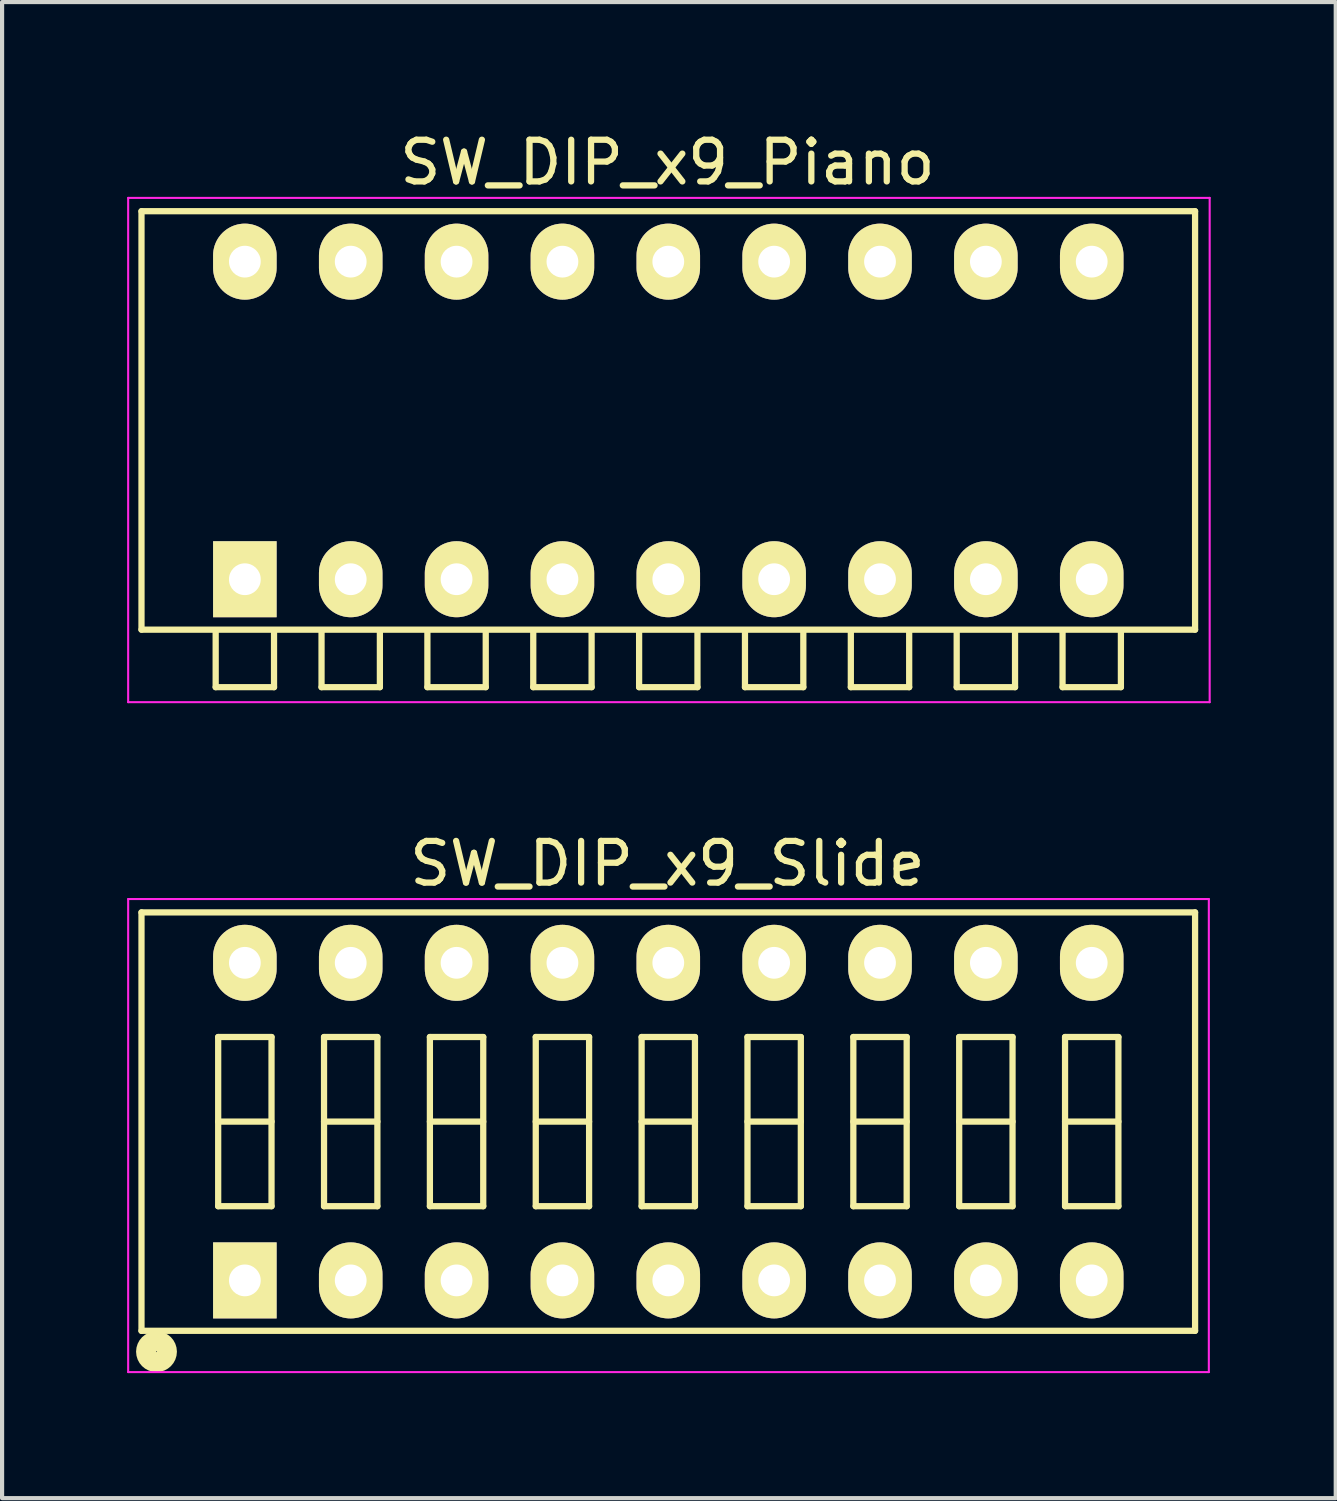
<source format=kicad_pcb>
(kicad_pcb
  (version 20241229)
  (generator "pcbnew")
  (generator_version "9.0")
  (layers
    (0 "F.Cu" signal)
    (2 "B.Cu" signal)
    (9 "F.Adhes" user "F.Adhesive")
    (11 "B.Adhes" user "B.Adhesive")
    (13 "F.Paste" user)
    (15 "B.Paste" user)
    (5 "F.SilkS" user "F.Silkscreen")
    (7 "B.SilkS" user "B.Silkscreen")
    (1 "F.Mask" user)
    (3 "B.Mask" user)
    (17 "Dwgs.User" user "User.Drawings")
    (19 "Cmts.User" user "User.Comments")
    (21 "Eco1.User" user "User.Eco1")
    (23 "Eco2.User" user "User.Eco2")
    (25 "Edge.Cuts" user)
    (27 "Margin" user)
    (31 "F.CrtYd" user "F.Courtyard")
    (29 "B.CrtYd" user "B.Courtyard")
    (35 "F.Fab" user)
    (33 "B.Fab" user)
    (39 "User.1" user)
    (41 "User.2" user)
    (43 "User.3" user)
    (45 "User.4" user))
  (footprint "SW_DIP_x9_Piano"
    (layer "F.Cu")
    (at 2.825 10.848)
    (property "Reference" "SW_DIP_x9_Piano" (at 10.14 -10 0) (layer "F.SilkS") (effects (font (size 1 1) (thickness 0.15))))
    (attr through_hole)
    (fp_line (start -2.48 -8.83) (end 22.8 -8.83) (stroke (width 0.15) (type solid)) (layer "F.SilkS"))
    (fp_line (start -2.48 1.21) (end -2.48 -8.83) (stroke (width 0.15) (type solid)) (layer "F.SilkS"))
    (fp_line (start -0.7 1.22) (end -0.7 2.59) (stroke (width 0.15) (type solid)) (layer "F.SilkS"))
    (fp_line (start -0.7 2.59) (end 0.7 2.59) (stroke (width 0.15) (type solid)) (layer "F.SilkS"))
    (fp_line (start 0.7 2.59) (end 0.7 1.22) (stroke (width 0.15) (type solid)) (layer "F.SilkS"))
    (fp_line (start 1.84 1.22) (end 1.84 2.59) (stroke (width 0.15) (type solid)) (layer "F.SilkS"))
    (fp_line (start 1.84 2.59) (end 3.24 2.59) (stroke (width 0.15) (type solid)) (layer "F.SilkS"))
    (fp_line (start 3.24 2.59) (end 3.24 1.22) (stroke (width 0.15) (type solid)) (layer "F.SilkS"))
    (fp_line (start 4.38 1.22) (end 4.38 2.59) (stroke (width 0.15) (type solid)) (layer "F.SilkS"))
    (fp_line (start 4.38 2.59) (end 5.78 2.59) (stroke (width 0.15) (type solid)) (layer "F.SilkS"))
    (fp_line (start 5.78 2.59) (end 5.78 1.22) (stroke (width 0.15) (type solid)) (layer "F.SilkS"))
    (fp_line (start 6.92 1.22) (end 6.92 2.59) (stroke (width 0.15) (type solid)) (layer "F.SilkS"))
    (fp_line (start 6.92 2.59) (end 8.32 2.59) (stroke (width 0.15) (type solid)) (layer "F.SilkS"))
    (fp_line (start 8.32 2.59) (end 8.32 1.22) (stroke (width 0.15) (type solid)) (layer "F.SilkS"))
    (fp_line (start 9.46 1.22) (end 9.46 2.59) (stroke (width 0.15) (type solid)) (layer "F.SilkS"))
    (fp_line (start 9.46 2.59) (end 10.86 2.59) (stroke (width 0.15) (type solid)) (layer "F.SilkS"))
    (fp_line (start 10.86 2.59) (end 10.86 1.22) (stroke (width 0.15) (type solid)) (layer "F.SilkS"))
    (fp_line (start 12 1.22) (end 12 2.59) (stroke (width 0.15) (type solid)) (layer "F.SilkS"))
    (fp_line (start 12 2.59) (end 13.4 2.59) (stroke (width 0.15) (type solid)) (layer "F.SilkS"))
    (fp_line (start 13.4 2.59) (end 13.4 1.22) (stroke (width 0.15) (type solid)) (layer "F.SilkS"))
    (fp_line (start 14.54 1.22) (end 14.54 2.59) (stroke (width 0.15) (type solid)) (layer "F.SilkS"))
    (fp_line (start 14.54 2.59) (end 15.94 2.59) (stroke (width 0.15) (type solid)) (layer "F.SilkS"))
    (fp_line (start 15.94 2.59) (end 15.94 1.22) (stroke (width 0.15) (type solid)) (layer "F.SilkS"))
    (fp_line (start 17.08 1.22) (end 17.08 2.59) (stroke (width 0.15) (type solid)) (layer "F.SilkS"))
    (fp_line (start 17.08 2.59) (end 18.48 2.59) (stroke (width 0.15) (type solid)) (layer "F.SilkS"))
    (fp_line (start 18.48 2.59) (end 18.48 1.22) (stroke (width 0.15) (type solid)) (layer "F.SilkS"))
    (fp_line (start 19.62 1.22) (end 19.62 2.59) (stroke (width 0.15) (type solid)) (layer "F.SilkS"))
    (fp_line (start 19.62 2.59) (end 21.02 2.59) (stroke (width 0.15) (type solid)) (layer "F.SilkS"))
    (fp_line (start 21.02 2.59) (end 21.02 1.22) (stroke (width 0.15) (type solid)) (layer "F.SilkS"))
    (fp_line (start 22.8 -8.83) (end 22.8 1.21) (stroke (width 0.15) (type solid)) (layer "F.SilkS"))
    (fp_line (start 22.8 1.21) (end -2.48 1.21) (stroke (width 0.15) (type solid)) (layer "F.SilkS"))
    (fp_line (start -2.8 -9.15) (end -2.8 2.95) (stroke (width 0.05) (type solid)) (layer "F.CrtYd"))
    (fp_line (start -2.8 2.95) (end 23.15 2.95) (stroke (width 0.05) (type solid)) (layer "F.CrtYd"))
    (fp_line (start 23.15 -9.15) (end -2.8 -9.15) (stroke (width 0.05) (type solid)) (layer "F.CrtYd"))
    (fp_line (start 23.15 2.95) (end 23.15 -9.15) (stroke (width 0.05) (type solid)) (layer "F.CrtYd"))
    (pad "1" thru_hole rect (at 0 0) (size 1.524 1.824) (drill 0.762) (layers "*.Cu" "*.Mask" "F.SilkS"))
    (pad "2" thru_hole oval (at 2.54 0) (size 1.524 1.824) (drill 0.762) (layers "*.Cu" "*.Mask" "F.SilkS"))
    (pad "3" thru_hole oval (at 5.08 0) (size 1.524 1.824) (drill 0.762) (layers "*.Cu" "*.Mask" "F.SilkS"))
    (pad "4" thru_hole oval (at 7.62 0) (size 1.524 1.824) (drill 0.762) (layers "*.Cu" "*.Mask" "F.SilkS"))
    (pad "5" thru_hole oval (at 10.16 0) (size 1.524 1.824) (drill 0.762) (layers "*.Cu" "*.Mask" "F.SilkS"))
    (pad "6" thru_hole oval (at 12.7 0) (size 1.524 1.824) (drill 0.762) (layers "*.Cu" "*.Mask" "F.SilkS"))
    (pad "7" thru_hole oval (at 15.24 0) (size 1.524 1.824) (drill 0.762) (layers "*.Cu" "*.Mask" "F.SilkS"))
    (pad "8" thru_hole oval (at 17.78 0) (size 1.524 1.824) (drill 0.762) (layers "*.Cu" "*.Mask" "F.SilkS"))
    (pad "9" thru_hole oval (at 20.32 0) (size 1.524 1.824) (drill 0.762) (layers "*.Cu" "*.Mask" "F.SilkS"))
    (pad "10" thru_hole oval (at 20.32 -7.62) (size 1.524 1.824) (drill 0.762) (layers "*.Cu" "*.Mask" "F.SilkS"))
    (pad "11" thru_hole oval (at 17.78 -7.62) (size 1.524 1.824) (drill 0.762) (layers "*.Cu" "*.Mask" "F.SilkS"))
    (pad "12" thru_hole oval (at 15.24 -7.62) (size 1.524 1.824) (drill 0.762) (layers "*.Cu" "*.Mask" "F.SilkS"))
    (pad "13" thru_hole oval (at 12.7 -7.62) (size 1.524 1.824) (drill 0.762) (layers "*.Cu" "*.Mask" "F.SilkS"))
    (pad "14" thru_hole oval (at 10.16 -7.62) (size 1.524 1.824) (drill 0.762) (layers "*.Cu" "*.Mask" "F.SilkS"))
    (pad "15" thru_hole oval (at 7.62 -7.62) (size 1.524 1.824) (drill 0.762) (layers "*.Cu" "*.Mask" "F.SilkS"))
    (pad "16" thru_hole oval (at 5.08 -7.62) (size 1.524 1.824) (drill 0.762) (layers "*.Cu" "*.Mask" "F.SilkS"))
    (pad "17" thru_hole oval (at 2.54 -7.62) (size 1.524 1.824) (drill 0.762) (layers "*.Cu" "*.Mask" "F.SilkS"))
    (pad "18" thru_hole oval (at 0 -7.62) (size 1.524 1.824) (drill 0.762) (layers "*.Cu" "*.Mask" "F.SilkS")))
  (footprint "SW_DIP_x9_Slide"
    (layer "F.Cu")
    (at 2.825 27.672)
    (property "Reference" "SW_DIP_x9_Slide" (at 10.14 -10 0) (layer "F.SilkS") (effects (font (size 1 1) (thickness 0.15))))
    (attr through_hole)
    (fp_line (start -2.48 -8.83) (end 22.8 -8.83) (stroke (width 0.15) (type solid)) (layer "F.SilkS"))
    (fp_line (start -2.48 1.21) (end -2.48 -8.83) (stroke (width 0.15) (type solid)) (layer "F.SilkS"))
    (fp_line (start -0.64 -5.84) (end -0.64 -1.78) (stroke (width 0.15) (type solid)) (layer "F.SilkS"))
    (fp_line (start -0.64 -3.81) (end 0.64 -3.81) (stroke (width 0.15) (type solid)) (layer "F.SilkS"))
    (fp_line (start -0.64 -1.78) (end 0.64 -1.78) (stroke (width 0.15) (type solid)) (layer "F.SilkS"))
    (fp_line (start 0.64 -5.84) (end -0.64 -5.84) (stroke (width 0.15) (type solid)) (layer "F.SilkS"))
    (fp_line (start 0.64 -1.78) (end 0.64 -5.84) (stroke (width 0.15) (type solid)) (layer "F.SilkS"))
    (fp_line (start 1.9 -5.84) (end 1.9 -1.78) (stroke (width 0.15) (type solid)) (layer "F.SilkS"))
    (fp_line (start 1.9 -3.81) (end 3.18 -3.81) (stroke (width 0.15) (type solid)) (layer "F.SilkS"))
    (fp_line (start 1.9 -1.78) (end 3.18 -1.78) (stroke (width 0.15) (type solid)) (layer "F.SilkS"))
    (fp_line (start 3.18 -5.84) (end 1.9 -5.84) (stroke (width 0.15) (type solid)) (layer "F.SilkS"))
    (fp_line (start 3.18 -1.78) (end 3.18 -5.84) (stroke (width 0.15) (type solid)) (layer "F.SilkS"))
    (fp_line (start 4.44 -5.84) (end 4.44 -1.78) (stroke (width 0.15) (type solid)) (layer "F.SilkS"))
    (fp_line (start 4.44 -3.81) (end 5.72 -3.81) (stroke (width 0.15) (type solid)) (layer "F.SilkS"))
    (fp_line (start 4.44 -1.78) (end 5.72 -1.78) (stroke (width 0.15) (type solid)) (layer "F.SilkS"))
    (fp_line (start 5.72 -5.84) (end 4.44 -5.84) (stroke (width 0.15) (type solid)) (layer "F.SilkS"))
    (fp_line (start 5.72 -1.78) (end 5.72 -5.84) (stroke (width 0.15) (type solid)) (layer "F.SilkS"))
    (fp_line (start 6.98 -5.84) (end 6.98 -1.78) (stroke (width 0.15) (type solid)) (layer "F.SilkS"))
    (fp_line (start 6.98 -3.81) (end 8.26 -3.81) (stroke (width 0.15) (type solid)) (layer "F.SilkS"))
    (fp_line (start 6.98 -1.78) (end 8.26 -1.78) (stroke (width 0.15) (type solid)) (layer "F.SilkS"))
    (fp_line (start 8.26 -5.84) (end 6.98 -5.84) (stroke (width 0.15) (type solid)) (layer "F.SilkS"))
    (fp_line (start 8.26 -1.78) (end 8.26 -5.84) (stroke (width 0.15) (type solid)) (layer "F.SilkS"))
    (fp_line (start 9.52 -5.84) (end 9.52 -1.78) (stroke (width 0.15) (type solid)) (layer "F.SilkS"))
    (fp_line (start 9.52 -3.81) (end 10.8 -3.81) (stroke (width 0.15) (type solid)) (layer "F.SilkS"))
    (fp_line (start 9.52 -1.78) (end 10.8 -1.78) (stroke (width 0.15) (type solid)) (layer "F.SilkS"))
    (fp_line (start 10.8 -5.84) (end 9.52 -5.84) (stroke (width 0.15) (type solid)) (layer "F.SilkS"))
    (fp_line (start 10.8 -1.78) (end 10.8 -5.84) (stroke (width 0.15) (type solid)) (layer "F.SilkS"))
    (fp_line (start 12.06 -5.84) (end 12.06 -1.78) (stroke (width 0.15) (type solid)) (layer "F.SilkS"))
    (fp_line (start 12.06 -3.81) (end 13.34 -3.81) (stroke (width 0.15) (type solid)) (layer "F.SilkS"))
    (fp_line (start 12.06 -1.78) (end 13.34 -1.78) (stroke (width 0.15) (type solid)) (layer "F.SilkS"))
    (fp_line (start 13.34 -5.84) (end 12.06 -5.84) (stroke (width 0.15) (type solid)) (layer "F.SilkS"))
    (fp_line (start 13.34 -1.78) (end 13.34 -5.84) (stroke (width 0.15) (type solid)) (layer "F.SilkS"))
    (fp_line (start 14.6 -5.84) (end 14.6 -1.78) (stroke (width 0.15) (type solid)) (layer "F.SilkS"))
    (fp_line (start 14.6 -3.81) (end 15.88 -3.81) (stroke (width 0.15) (type solid)) (layer "F.SilkS"))
    (fp_line (start 14.6 -1.78) (end 15.88 -1.78) (stroke (width 0.15) (type solid)) (layer "F.SilkS"))
    (fp_line (start 15.88 -5.84) (end 14.6 -5.84) (stroke (width 0.15) (type solid)) (layer "F.SilkS"))
    (fp_line (start 15.88 -1.78) (end 15.88 -5.84) (stroke (width 0.15) (type solid)) (layer "F.SilkS"))
    (fp_line (start 17.14 -5.84) (end 17.14 -1.78) (stroke (width 0.15) (type solid)) (layer "F.SilkS"))
    (fp_line (start 17.14 -3.81) (end 18.42 -3.81) (stroke (width 0.15) (type solid)) (layer "F.SilkS"))
    (fp_line (start 17.14 -1.78) (end 18.42 -1.78) (stroke (width 0.15) (type solid)) (layer "F.SilkS"))
    (fp_line (start 18.42 -5.84) (end 17.14 -5.84) (stroke (width 0.15) (type solid)) (layer "F.SilkS"))
    (fp_line (start 18.42 -1.78) (end 18.42 -5.84) (stroke (width 0.15) (type solid)) (layer "F.SilkS"))
    (fp_line (start 19.68 -5.84) (end 19.68 -1.78) (stroke (width 0.15) (type solid)) (layer "F.SilkS"))
    (fp_line (start 19.68 -3.81) (end 20.96 -3.81) (stroke (width 0.15) (type solid)) (layer "F.SilkS"))
    (fp_line (start 19.68 -1.78) (end 20.96 -1.78) (stroke (width 0.15) (type solid)) (layer "F.SilkS"))
    (fp_line (start 20.96 -5.84) (end 19.68 -5.84) (stroke (width 0.15) (type solid)) (layer "F.SilkS"))
    (fp_line (start 20.96 -1.78) (end 20.96 -5.84) (stroke (width 0.15) (type solid)) (layer "F.SilkS"))
    (fp_line (start 22.8 -8.83) (end 22.8 1.21) (stroke (width 0.15) (type solid)) (layer "F.SilkS"))
    (fp_line (start 22.8 1.21) (end -2.48 1.21) (stroke (width 0.15) (type solid)) (layer "F.SilkS"))
    (fp_circle (center -2.12 1.71) (end -2.12 1.7) (stroke (width 0.48) (type solid)) (fill no) (layer "F.SilkS"))
    (fp_line (start -2.8 -9.15) (end -2.8 2.2) (stroke (width 0.05) (type solid)) (layer "F.CrtYd"))
    (fp_line (start -2.8 2.2) (end 23.13 2.2) (stroke (width 0.05) (type solid)) (layer "F.CrtYd"))
    (fp_line (start 23.13 -9.15) (end -2.8 -9.15) (stroke (width 0.05) (type solid)) (layer "F.CrtYd"))
    (fp_line (start 23.13 2.2) (end 23.13 -9.15) (stroke (width 0.05) (type solid)) (layer "F.CrtYd"))
    (pad "1" thru_hole rect (at 0 0) (size 1.524 1.824) (drill 0.762) (layers "*.Cu" "*.Mask" "F.SilkS"))
    (pad "2" thru_hole oval (at 2.54 0) (size 1.524 1.824) (drill 0.762) (layers "*.Cu" "*.Mask" "F.SilkS"))
    (pad "3" thru_hole oval (at 5.08 0) (size 1.524 1.824) (drill 0.762) (layers "*.Cu" "*.Mask" "F.SilkS"))
    (pad "4" thru_hole oval (at 7.62 0) (size 1.524 1.824) (drill 0.762) (layers "*.Cu" "*.Mask" "F.SilkS"))
    (pad "5" thru_hole oval (at 10.16 0) (size 1.524 1.824) (drill 0.762) (layers "*.Cu" "*.Mask" "F.SilkS"))
    (pad "6" thru_hole oval (at 12.7 0) (size 1.524 1.824) (drill 0.762) (layers "*.Cu" "*.Mask" "F.SilkS"))
    (pad "7" thru_hole oval (at 15.24 0) (size 1.524 1.824) (drill 0.762) (layers "*.Cu" "*.Mask" "F.SilkS"))
    (pad "8" thru_hole oval (at 17.78 0) (size 1.524 1.824) (drill 0.762) (layers "*.Cu" "*.Mask" "F.SilkS"))
    (pad "9" thru_hole oval (at 20.32 0) (size 1.524 1.824) (drill 0.762) (layers "*.Cu" "*.Mask" "F.SilkS"))
    (pad "10" thru_hole oval (at 20.32 -7.62) (size 1.524 1.824) (drill 0.762) (layers "*.Cu" "*.Mask" "F.SilkS"))
    (pad "11" thru_hole oval (at 17.78 -7.62) (size 1.524 1.824) (drill 0.762) (layers "*.Cu" "*.Mask" "F.SilkS"))
    (pad "12" thru_hole oval (at 15.24 -7.62) (size 1.524 1.824) (drill 0.762) (layers "*.Cu" "*.Mask" "F.SilkS"))
    (pad "13" thru_hole oval (at 12.7 -7.62) (size 1.524 1.824) (drill 0.762) (layers "*.Cu" "*.Mask" "F.SilkS"))
    (pad "14" thru_hole oval (at 10.16 -7.62) (size 1.524 1.824) (drill 0.762) (layers "*.Cu" "*.Mask" "F.SilkS"))
    (pad "15" thru_hole oval (at 7.62 -7.62) (size 1.524 1.824) (drill 0.762) (layers "*.Cu" "*.Mask" "F.SilkS"))
    (pad "16" thru_hole oval (at 5.08 -7.62) (size 1.524 1.824) (drill 0.762) (layers "*.Cu" "*.Mask" "F.SilkS"))
    (pad "17" thru_hole oval (at 2.54 -7.62) (size 1.524 1.824) (drill 0.762) (layers "*.Cu" "*.Mask" "F.SilkS"))
    (pad "18" thru_hole oval (at 0 -7.62) (size 1.524 1.824) (drill 0.762) (layers "*.Cu" "*.Mask" "F.SilkS")))
  (gr_rect
    (start -3 -3)
    (end 29 32.897)
    (stroke (width 0.1) (type default))
    (fill no)
    (layer "Edge.Cuts")))
</source>
